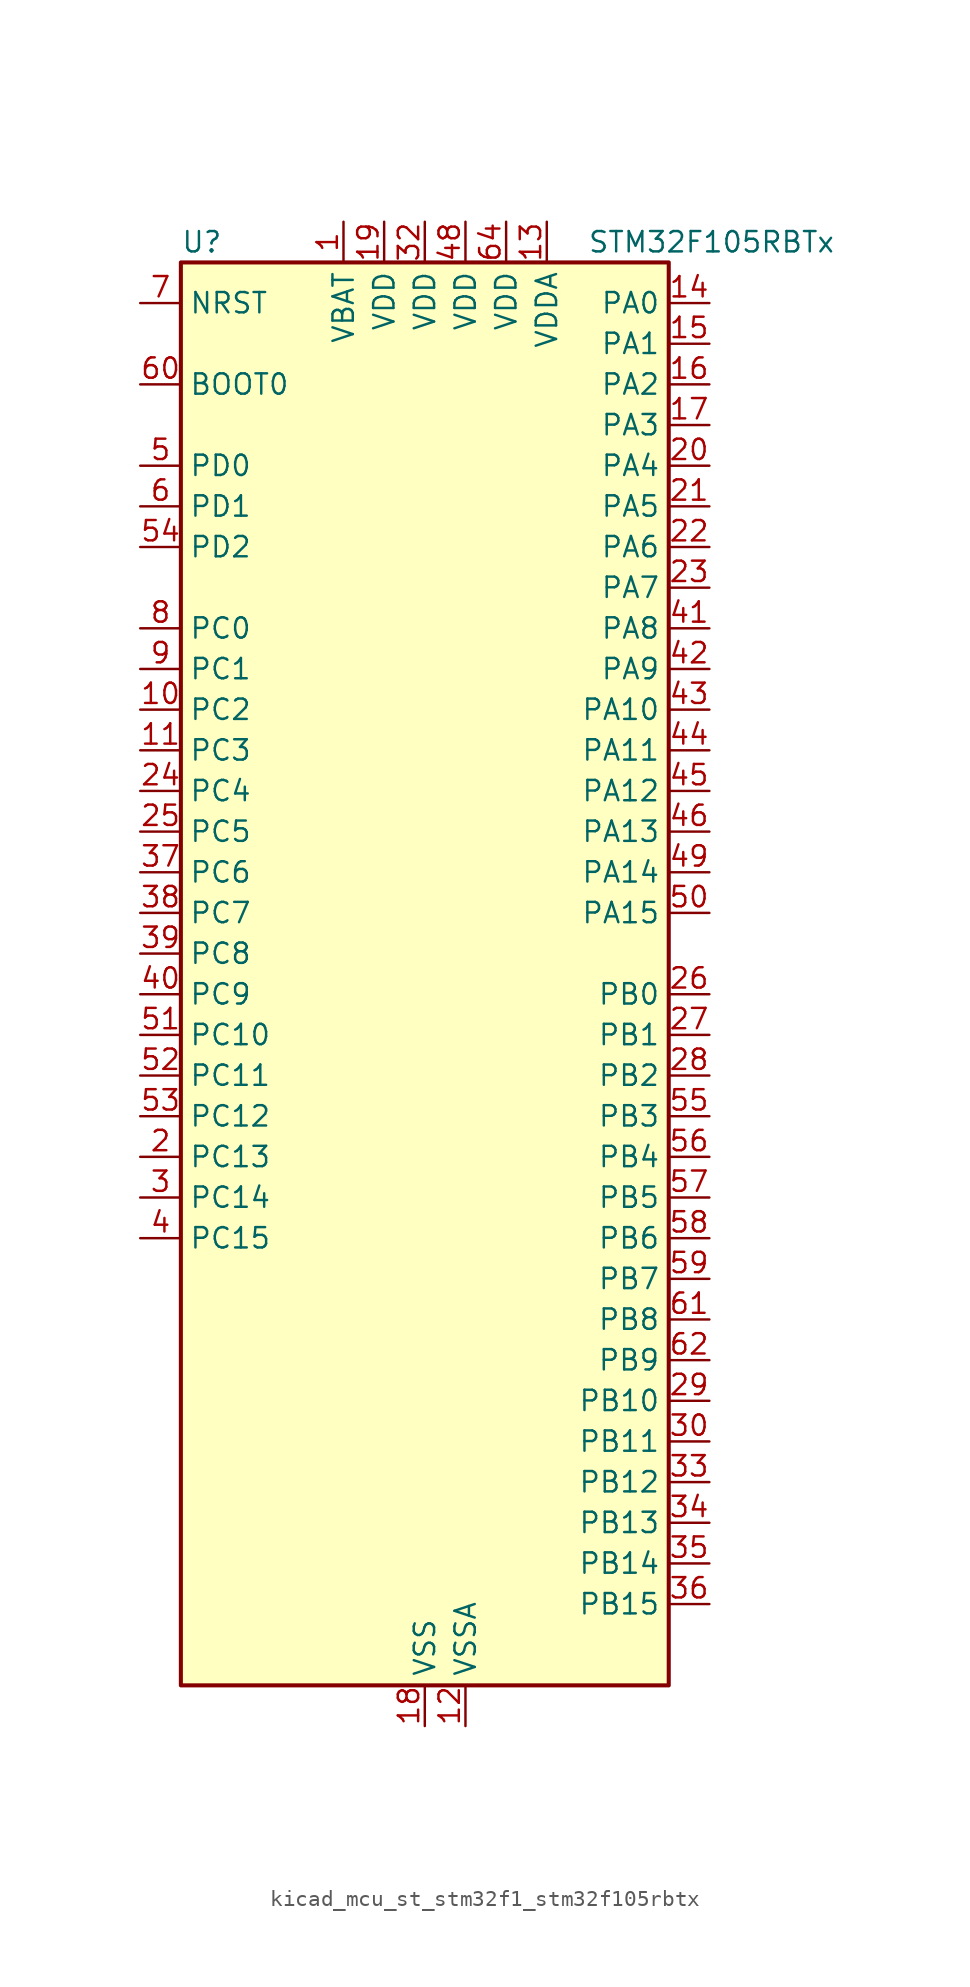
<source format=kicad_sym>
(kicad_symbol_lib
  (version 20220914)
  (generator kicad_symbol_editor)
  (symbol "kicad_mcu_st_stm32f1_stm32f105rbtx"
    (property "Reference" "U"
      (at -15.24 46.99 0)
      (effects (font (size 1.27 1.27)) (justify left)))
    (property "Value" "STM32F105RBTx"
      (at 10.16 46.99 0)
      (effects (font (size 1.27 1.27)) (justify left)))
    (property "ki_locked" ""
      (at 0 0 0)
      (effects (font (size 1.27 1.27))))
    (symbol "kicad_mcu_st_stm32f1_stm32f105rbtx_0_1"
      (rectangle (start -15.24 -43.18) (end 15.24 45.72) (stroke (width 0.254) (type default)) (fill (type background))))
    (symbol "kicad_mcu_st_stm32f1_stm32f105rbtx_1_1"
      (pin power_in line (at -5.08 48.26 270) (length 2.54) (name "VBAT" (effects (font (size 1.27 1.27)))) (number "1" (effects (font (size 1.27 1.27)))))
      (pin bidirectional line (at -17.78 17.78 0) (length 2.54) (name "PC2" (effects (font (size 1.27 1.27)))) (number "10" (effects (font (size 1.27 1.27)))) (alternate "ADC1_IN12" bidirectional line) (alternate "ADC2_IN12" bidirectional line))
      (pin bidirectional line (at -17.78 15.24 0) (length 2.54) (name "PC3" (effects (font (size 1.27 1.27)))) (number "11" (effects (font (size 1.27 1.27)))) (alternate "ADC1_IN13" bidirectional line) (alternate "ADC2_IN13" bidirectional line))
      (pin power_in line (at 2.54 -45.72 90) (length 2.54) (name "VSSA" (effects (font (size 1.27 1.27)))) (number "12" (effects (font (size 1.27 1.27)))))
      (pin power_in line (at 7.62 48.26 270) (length 2.54) (name "VDDA" (effects (font (size 1.27 1.27)))) (number "13" (effects (font (size 1.27 1.27)))))
      (pin bidirectional line (at 17.78 43.18 180) (length 2.54) (name "PA0" (effects (font (size 1.27 1.27)))) (number "14" (effects (font (size 1.27 1.27)))) (alternate "ADC1_IN0" bidirectional line) (alternate "ADC2_IN0" bidirectional line) (alternate "SYS_WKUP" bidirectional line) (alternate "TIM2_CH1" bidirectional line) (alternate "TIM2_ETR" bidirectional line) (alternate "TIM5_CH1" bidirectional line) (alternate "USART2_CTS" bidirectional line))
      (pin bidirectional line (at 17.78 40.64 180) (length 2.54) (name "PA1" (effects (font (size 1.27 1.27)))) (number "15" (effects (font (size 1.27 1.27)))) (alternate "ADC1_IN1" bidirectional line) (alternate "ADC2_IN1" bidirectional line) (alternate "TIM2_CH2" bidirectional line) (alternate "TIM5_CH2" bidirectional line) (alternate "USART2_RTS" bidirectional line))
      (pin bidirectional line (at 17.78 38.1 180) (length 2.54) (name "PA2" (effects (font (size 1.27 1.27)))) (number "16" (effects (font (size 1.27 1.27)))) (alternate "ADC1_IN2" bidirectional line) (alternate "ADC2_IN2" bidirectional line) (alternate "TIM2_CH3" bidirectional line) (alternate "TIM5_CH3" bidirectional line) (alternate "USART2_TX" bidirectional line))
      (pin bidirectional line (at 17.78 35.56 180) (length 2.54) (name "PA3" (effects (font (size 1.27 1.27)))) (number "17" (effects (font (size 1.27 1.27)))) (alternate "ADC1_IN3" bidirectional line) (alternate "ADC2_IN3" bidirectional line) (alternate "TIM2_CH4" bidirectional line) (alternate "TIM5_CH4" bidirectional line) (alternate "USART2_RX" bidirectional line))
      (pin power_in line (at 0 -45.72 90) (length 2.54) (name "VSS" (effects (font (size 1.27 1.27)))) (number "18" (effects (font (size 1.27 1.27)))))
      (pin power_in line (at -2.54 48.26 270) (length 2.54) (name "VDD" (effects (font (size 1.27 1.27)))) (number "19" (effects (font (size 1.27 1.27)))))
      (pin bidirectional line (at -17.78 -10.16 0) (length 2.54) (name "PC13" (effects (font (size 1.27 1.27)))) (number "2" (effects (font (size 1.27 1.27)))) (alternate "RTC_OUT" bidirectional line) (alternate "RTC_TAMPER" bidirectional line))
      (pin bidirectional line (at 17.78 33.02 180) (length 2.54) (name "PA4" (effects (font (size 1.27 1.27)))) (number "20" (effects (font (size 1.27 1.27)))) (alternate "ADC1_IN4" bidirectional line) (alternate "ADC2_IN4" bidirectional line) (alternate "DAC_OUT1" bidirectional line) (alternate "I2S3_WS" bidirectional line) (alternate "SPI1_NSS" bidirectional line) (alternate "SPI3_NSS" bidirectional line) (alternate "USART2_CK" bidirectional line))
      (pin bidirectional line (at 17.78 30.48 180) (length 2.54) (name "PA5" (effects (font (size 1.27 1.27)))) (number "21" (effects (font (size 1.27 1.27)))) (alternate "ADC1_IN5" bidirectional line) (alternate "ADC2_IN5" bidirectional line) (alternate "DAC_OUT2" bidirectional line) (alternate "SPI1_SCK" bidirectional line))
      (pin bidirectional line (at 17.78 27.94 180) (length 2.54) (name "PA6" (effects (font (size 1.27 1.27)))) (number "22" (effects (font (size 1.27 1.27)))) (alternate "ADC1_IN6" bidirectional line) (alternate "ADC2_IN6" bidirectional line) (alternate "SPI1_MISO" bidirectional line) (alternate "TIM1_BKIN" bidirectional line) (alternate "TIM3_CH1" bidirectional line))
      (pin bidirectional line (at 17.78 25.4 180) (length 2.54) (name "PA7" (effects (font (size 1.27 1.27)))) (number "23" (effects (font (size 1.27 1.27)))) (alternate "ADC1_IN7" bidirectional line) (alternate "ADC2_IN7" bidirectional line) (alternate "SPI1_MOSI" bidirectional line) (alternate "TIM1_CH1N" bidirectional line) (alternate "TIM3_CH2" bidirectional line))
      (pin bidirectional line (at -17.78 12.7 0) (length 2.54) (name "PC4" (effects (font (size 1.27 1.27)))) (number "24" (effects (font (size 1.27 1.27)))) (alternate "ADC1_IN14" bidirectional line) (alternate "ADC2_IN14" bidirectional line))
      (pin bidirectional line (at -17.78 10.16 0) (length 2.54) (name "PC5" (effects (font (size 1.27 1.27)))) (number "25" (effects (font (size 1.27 1.27)))) (alternate "ADC1_IN15" bidirectional line) (alternate "ADC2_IN15" bidirectional line))
      (pin bidirectional line (at 17.78 0 180) (length 2.54) (name "PB0" (effects (font (size 1.27 1.27)))) (number "26" (effects (font (size 1.27 1.27)))) (alternate "ADC1_IN8" bidirectional line) (alternate "ADC2_IN8" bidirectional line) (alternate "TIM1_CH2N" bidirectional line) (alternate "TIM3_CH3" bidirectional line))
      (pin bidirectional line (at 17.78 -2.54 180) (length 2.54) (name "PB1" (effects (font (size 1.27 1.27)))) (number "27" (effects (font (size 1.27 1.27)))) (alternate "ADC1_IN9" bidirectional line) (alternate "ADC2_IN9" bidirectional line) (alternate "TIM1_CH3N" bidirectional line) (alternate "TIM3_CH4" bidirectional line))
      (pin bidirectional line (at 17.78 -5.08 180) (length 2.54) (name "PB2" (effects (font (size 1.27 1.27)))) (number "28" (effects (font (size 1.27 1.27)))))
      (pin bidirectional line (at 17.78 -25.4 180) (length 2.54) (name "PB10" (effects (font (size 1.27 1.27)))) (number "29" (effects (font (size 1.27 1.27)))) (alternate "I2C2_SCL" bidirectional line) (alternate "TIM2_CH3" bidirectional line) (alternate "USART3_TX" bidirectional line))
      (pin bidirectional line (at -17.78 -12.7 0) (length 2.54) (name "PC14" (effects (font (size 1.27 1.27)))) (number "3" (effects (font (size 1.27 1.27)))) (alternate "RCC_OSC32_IN" bidirectional line))
      (pin bidirectional line (at 17.78 -27.94 180) (length 2.54) (name "PB11" (effects (font (size 1.27 1.27)))) (number "30" (effects (font (size 1.27 1.27)))) (alternate "ADC1_EXTI11" bidirectional line) (alternate "ADC2_EXTI11" bidirectional line) (alternate "I2C2_SDA" bidirectional line) (alternate "TIM2_CH4" bidirectional line) (alternate "USART3_RX" bidirectional line))
      (pin passive line (at 0 -45.72 90) (length 2.54) hide (name "VSS" (effects (font (size 1.27 1.27)))) (number "31" (effects (font (size 1.27 1.27)))))
      (pin power_in line (at 0 48.26 270) (length 2.54) (name "VDD" (effects (font (size 1.27 1.27)))) (number "32" (effects (font (size 1.27 1.27)))))
      (pin bidirectional line (at 17.78 -30.48 180) (length 2.54) (name "PB12" (effects (font (size 1.27 1.27)))) (number "33" (effects (font (size 1.27 1.27)))) (alternate "CAN2_RX" bidirectional line) (alternate "I2C2_SMBA" bidirectional line) (alternate "I2S2_WS" bidirectional line) (alternate "SPI2_NSS" bidirectional line) (alternate "TIM1_BKIN" bidirectional line) (alternate "USART3_CK" bidirectional line))
      (pin bidirectional line (at 17.78 -33.02 180) (length 2.54) (name "PB13" (effects (font (size 1.27 1.27)))) (number "34" (effects (font (size 1.27 1.27)))) (alternate "CAN2_TX" bidirectional line) (alternate "I2S2_CK" bidirectional line) (alternate "SPI2_SCK" bidirectional line) (alternate "TIM1_CH1N" bidirectional line) (alternate "USART3_CTS" bidirectional line))
      (pin bidirectional line (at 17.78 -35.56 180) (length 2.54) (name "PB14" (effects (font (size 1.27 1.27)))) (number "35" (effects (font (size 1.27 1.27)))) (alternate "SPI2_MISO" bidirectional line) (alternate "TIM1_CH2N" bidirectional line) (alternate "USART3_RTS" bidirectional line))
      (pin bidirectional line (at 17.78 -38.1 180) (length 2.54) (name "PB15" (effects (font (size 1.27 1.27)))) (number "36" (effects (font (size 1.27 1.27)))) (alternate "ADC1_EXTI15" bidirectional line) (alternate "ADC2_EXTI15" bidirectional line) (alternate "I2S2_SD" bidirectional line) (alternate "SPI2_MOSI" bidirectional line) (alternate "TIM1_CH3N" bidirectional line))
      (pin bidirectional line (at -17.78 7.62 0) (length 2.54) (name "PC6" (effects (font (size 1.27 1.27)))) (number "37" (effects (font (size 1.27 1.27)))) (alternate "I2S2_MCK" bidirectional line) (alternate "TIM3_CH1" bidirectional line))
      (pin bidirectional line (at -17.78 5.08 0) (length 2.54) (name "PC7" (effects (font (size 1.27 1.27)))) (number "38" (effects (font (size 1.27 1.27)))) (alternate "I2S3_MCK" bidirectional line) (alternate "TIM3_CH2" bidirectional line))
      (pin bidirectional line (at -17.78 2.54 0) (length 2.54) (name "PC8" (effects (font (size 1.27 1.27)))) (number "39" (effects (font (size 1.27 1.27)))) (alternate "TIM3_CH3" bidirectional line))
      (pin bidirectional line (at -17.78 -15.24 0) (length 2.54) (name "PC15" (effects (font (size 1.27 1.27)))) (number "4" (effects (font (size 1.27 1.27)))) (alternate "ADC1_EXTI15" bidirectional line) (alternate "ADC2_EXTI15" bidirectional line) (alternate "RCC_OSC32_OUT" bidirectional line))
      (pin bidirectional line (at -17.78 0 0) (length 2.54) (name "PC9" (effects (font (size 1.27 1.27)))) (number "40" (effects (font (size 1.27 1.27)))) (alternate "DAC_EXTI9" bidirectional line) (alternate "TIM3_CH4" bidirectional line))
      (pin bidirectional line (at 17.78 22.86 180) (length 2.54) (name "PA8" (effects (font (size 1.27 1.27)))) (number "41" (effects (font (size 1.27 1.27)))) (alternate "RCC_MCO" bidirectional line) (alternate "TIM1_CH1" bidirectional line) (alternate "USART1_CK" bidirectional line) (alternate "USB_OTG_FS_SOF" bidirectional line))
      (pin bidirectional line (at 17.78 20.32 180) (length 2.54) (name "PA9" (effects (font (size 1.27 1.27)))) (number "42" (effects (font (size 1.27 1.27)))) (alternate "DAC_EXTI9" bidirectional line) (alternate "TIM1_CH2" bidirectional line) (alternate "USART1_TX" bidirectional line) (alternate "USB_OTG_FS_VBUS" bidirectional line))
      (pin bidirectional line (at 17.78 17.78 180) (length 2.54) (name "PA10" (effects (font (size 1.27 1.27)))) (number "43" (effects (font (size 1.27 1.27)))) (alternate "TIM1_CH3" bidirectional line) (alternate "USART1_RX" bidirectional line) (alternate "USB_OTG_FS_ID" bidirectional line))
      (pin bidirectional line (at 17.78 15.24 180) (length 2.54) (name "PA11" (effects (font (size 1.27 1.27)))) (number "44" (effects (font (size 1.27 1.27)))) (alternate "ADC1_EXTI11" bidirectional line) (alternate "ADC2_EXTI11" bidirectional line) (alternate "CAN1_RX" bidirectional line) (alternate "TIM1_CH4" bidirectional line) (alternate "USART1_CTS" bidirectional line) (alternate "USB_OTG_FS_DM" bidirectional line))
      (pin bidirectional line (at 17.78 12.7 180) (length 2.54) (name "PA12" (effects (font (size 1.27 1.27)))) (number "45" (effects (font (size 1.27 1.27)))) (alternate "CAN1_TX" bidirectional line) (alternate "TIM1_ETR" bidirectional line) (alternate "USART1_RTS" bidirectional line) (alternate "USB_OTG_FS_DP" bidirectional line))
      (pin bidirectional line (at 17.78 10.16 180) (length 2.54) (name "PA13" (effects (font (size 1.27 1.27)))) (number "46" (effects (font (size 1.27 1.27)))) (alternate "SYS_JTMS-SWDIO" bidirectional line))
      (pin passive line (at 0 -45.72 90) (length 2.54) hide (name "VSS" (effects (font (size 1.27 1.27)))) (number "47" (effects (font (size 1.27 1.27)))))
      (pin power_in line (at 2.54 48.26 270) (length 2.54) (name "VDD" (effects (font (size 1.27 1.27)))) (number "48" (effects (font (size 1.27 1.27)))))
      (pin bidirectional line (at 17.78 7.62 180) (length 2.54) (name "PA14" (effects (font (size 1.27 1.27)))) (number "49" (effects (font (size 1.27 1.27)))) (alternate "SYS_JTCK-SWCLK" bidirectional line))
      (pin bidirectional line (at -17.78 33.02 0) (length 2.54) (name "PD0" (effects (font (size 1.27 1.27)))) (number "5" (effects (font (size 1.27 1.27)))) (alternate "RCC_OSC_IN" bidirectional line))
      (pin bidirectional line (at 17.78 5.08 180) (length 2.54) (name "PA15" (effects (font (size 1.27 1.27)))) (number "50" (effects (font (size 1.27 1.27)))) (alternate "ADC1_EXTI15" bidirectional line) (alternate "ADC2_EXTI15" bidirectional line) (alternate "I2S3_WS" bidirectional line) (alternate "SPI1_NSS" bidirectional line) (alternate "SPI3_NSS" bidirectional line) (alternate "SYS_JTDI" bidirectional line) (alternate "TIM2_CH1" bidirectional line) (alternate "TIM2_ETR" bidirectional line))
      (pin bidirectional line (at -17.78 -2.54 0) (length 2.54) (name "PC10" (effects (font (size 1.27 1.27)))) (number "51" (effects (font (size 1.27 1.27)))) (alternate "I2S3_CK" bidirectional line) (alternate "SPI3_SCK" bidirectional line) (alternate "UART4_TX" bidirectional line) (alternate "USART3_TX" bidirectional line))
      (pin bidirectional line (at -17.78 -5.08 0) (length 2.54) (name "PC11" (effects (font (size 1.27 1.27)))) (number "52" (effects (font (size 1.27 1.27)))) (alternate "ADC1_EXTI11" bidirectional line) (alternate "ADC2_EXTI11" bidirectional line) (alternate "SPI3_MISO" bidirectional line) (alternate "UART4_RX" bidirectional line) (alternate "USART3_RX" bidirectional line))
      (pin bidirectional line (at -17.78 -7.62 0) (length 2.54) (name "PC12" (effects (font (size 1.27 1.27)))) (number "53" (effects (font (size 1.27 1.27)))) (alternate "I2S3_SD" bidirectional line) (alternate "SPI3_MOSI" bidirectional line) (alternate "UART5_TX" bidirectional line) (alternate "USART3_CK" bidirectional line))
      (pin bidirectional line (at -17.78 27.94 0) (length 2.54) (name "PD2" (effects (font (size 1.27 1.27)))) (number "54" (effects (font (size 1.27 1.27)))) (alternate "TIM3_ETR" bidirectional line) (alternate "UART5_RX" bidirectional line))
      (pin bidirectional line (at 17.78 -7.62 180) (length 2.54) (name "PB3" (effects (font (size 1.27 1.27)))) (number "55" (effects (font (size 1.27 1.27)))) (alternate "I2S3_CK" bidirectional line) (alternate "SPI1_SCK" bidirectional line) (alternate "SPI3_SCK" bidirectional line) (alternate "SYS_JTDO" bidirectional line) (alternate "SYS_TRACESWO" bidirectional line) (alternate "TIM2_CH2" bidirectional line))
      (pin bidirectional line (at 17.78 -10.16 180) (length 2.54) (name "PB4" (effects (font (size 1.27 1.27)))) (number "56" (effects (font (size 1.27 1.27)))) (alternate "SPI1_MISO" bidirectional line) (alternate "SPI3_MISO" bidirectional line) (alternate "SYS_NJTRST" bidirectional line) (alternate "TIM3_CH1" bidirectional line))
      (pin bidirectional line (at 17.78 -12.7 180) (length 2.54) (name "PB5" (effects (font (size 1.27 1.27)))) (number "57" (effects (font (size 1.27 1.27)))) (alternate "CAN2_RX" bidirectional line) (alternate "I2C1_SMBA" bidirectional line) (alternate "I2S3_SD" bidirectional line) (alternate "SPI1_MOSI" bidirectional line) (alternate "SPI3_MOSI" bidirectional line) (alternate "TIM3_CH2" bidirectional line))
      (pin bidirectional line (at 17.78 -15.24 180) (length 2.54) (name "PB6" (effects (font (size 1.27 1.27)))) (number "58" (effects (font (size 1.27 1.27)))) (alternate "CAN2_TX" bidirectional line) (alternate "I2C1_SCL" bidirectional line) (alternate "TIM4_CH1" bidirectional line) (alternate "USART1_TX" bidirectional line))
      (pin bidirectional line (at 17.78 -17.78 180) (length 2.54) (name "PB7" (effects (font (size 1.27 1.27)))) (number "59" (effects (font (size 1.27 1.27)))) (alternate "I2C1_SDA" bidirectional line) (alternate "TIM4_CH2" bidirectional line) (alternate "USART1_RX" bidirectional line))
      (pin bidirectional line (at -17.78 30.48 0) (length 2.54) (name "PD1" (effects (font (size 1.27 1.27)))) (number "6" (effects (font (size 1.27 1.27)))) (alternate "RCC_OSC_OUT" bidirectional line))
      (pin input line (at -17.78 38.1 0) (length 2.54) (name "BOOT0" (effects (font (size 1.27 1.27)))) (number "60" (effects (font (size 1.27 1.27)))))
      (pin bidirectional line (at 17.78 -20.32 180) (length 2.54) (name "PB8" (effects (font (size 1.27 1.27)))) (number "61" (effects (font (size 1.27 1.27)))) (alternate "CAN1_RX" bidirectional line) (alternate "I2C1_SCL" bidirectional line) (alternate "TIM4_CH3" bidirectional line))
      (pin bidirectional line (at 17.78 -22.86 180) (length 2.54) (name "PB9" (effects (font (size 1.27 1.27)))) (number "62" (effects (font (size 1.27 1.27)))) (alternate "CAN1_TX" bidirectional line) (alternate "DAC_EXTI9" bidirectional line) (alternate "I2C1_SDA" bidirectional line) (alternate "TIM4_CH4" bidirectional line))
      (pin passive line (at 0 -45.72 90) (length 2.54) hide (name "VSS" (effects (font (size 1.27 1.27)))) (number "63" (effects (font (size 1.27 1.27)))))
      (pin power_in line (at 5.08 48.26 270) (length 2.54) (name "VDD" (effects (font (size 1.27 1.27)))) (number "64" (effects (font (size 1.27 1.27)))))
      (pin input line (at -17.78 43.18 0) (length 2.54) (name "NRST" (effects (font (size 1.27 1.27)))) (number "7" (effects (font (size 1.27 1.27)))))
      (pin bidirectional line (at -17.78 22.86 0) (length 2.54) (name "PC0" (effects (font (size 1.27 1.27)))) (number "8" (effects (font (size 1.27 1.27)))) (alternate "ADC1_IN10" bidirectional line) (alternate "ADC2_IN10" bidirectional line))
      (pin bidirectional line (at -17.78 20.32 0) (length 2.54) (name "PC1" (effects (font (size 1.27 1.27)))) (number "9" (effects (font (size 1.27 1.27)))) (alternate "ADC1_IN11" bidirectional line) (alternate "ADC2_IN11" bidirectional line)))))
</source>
